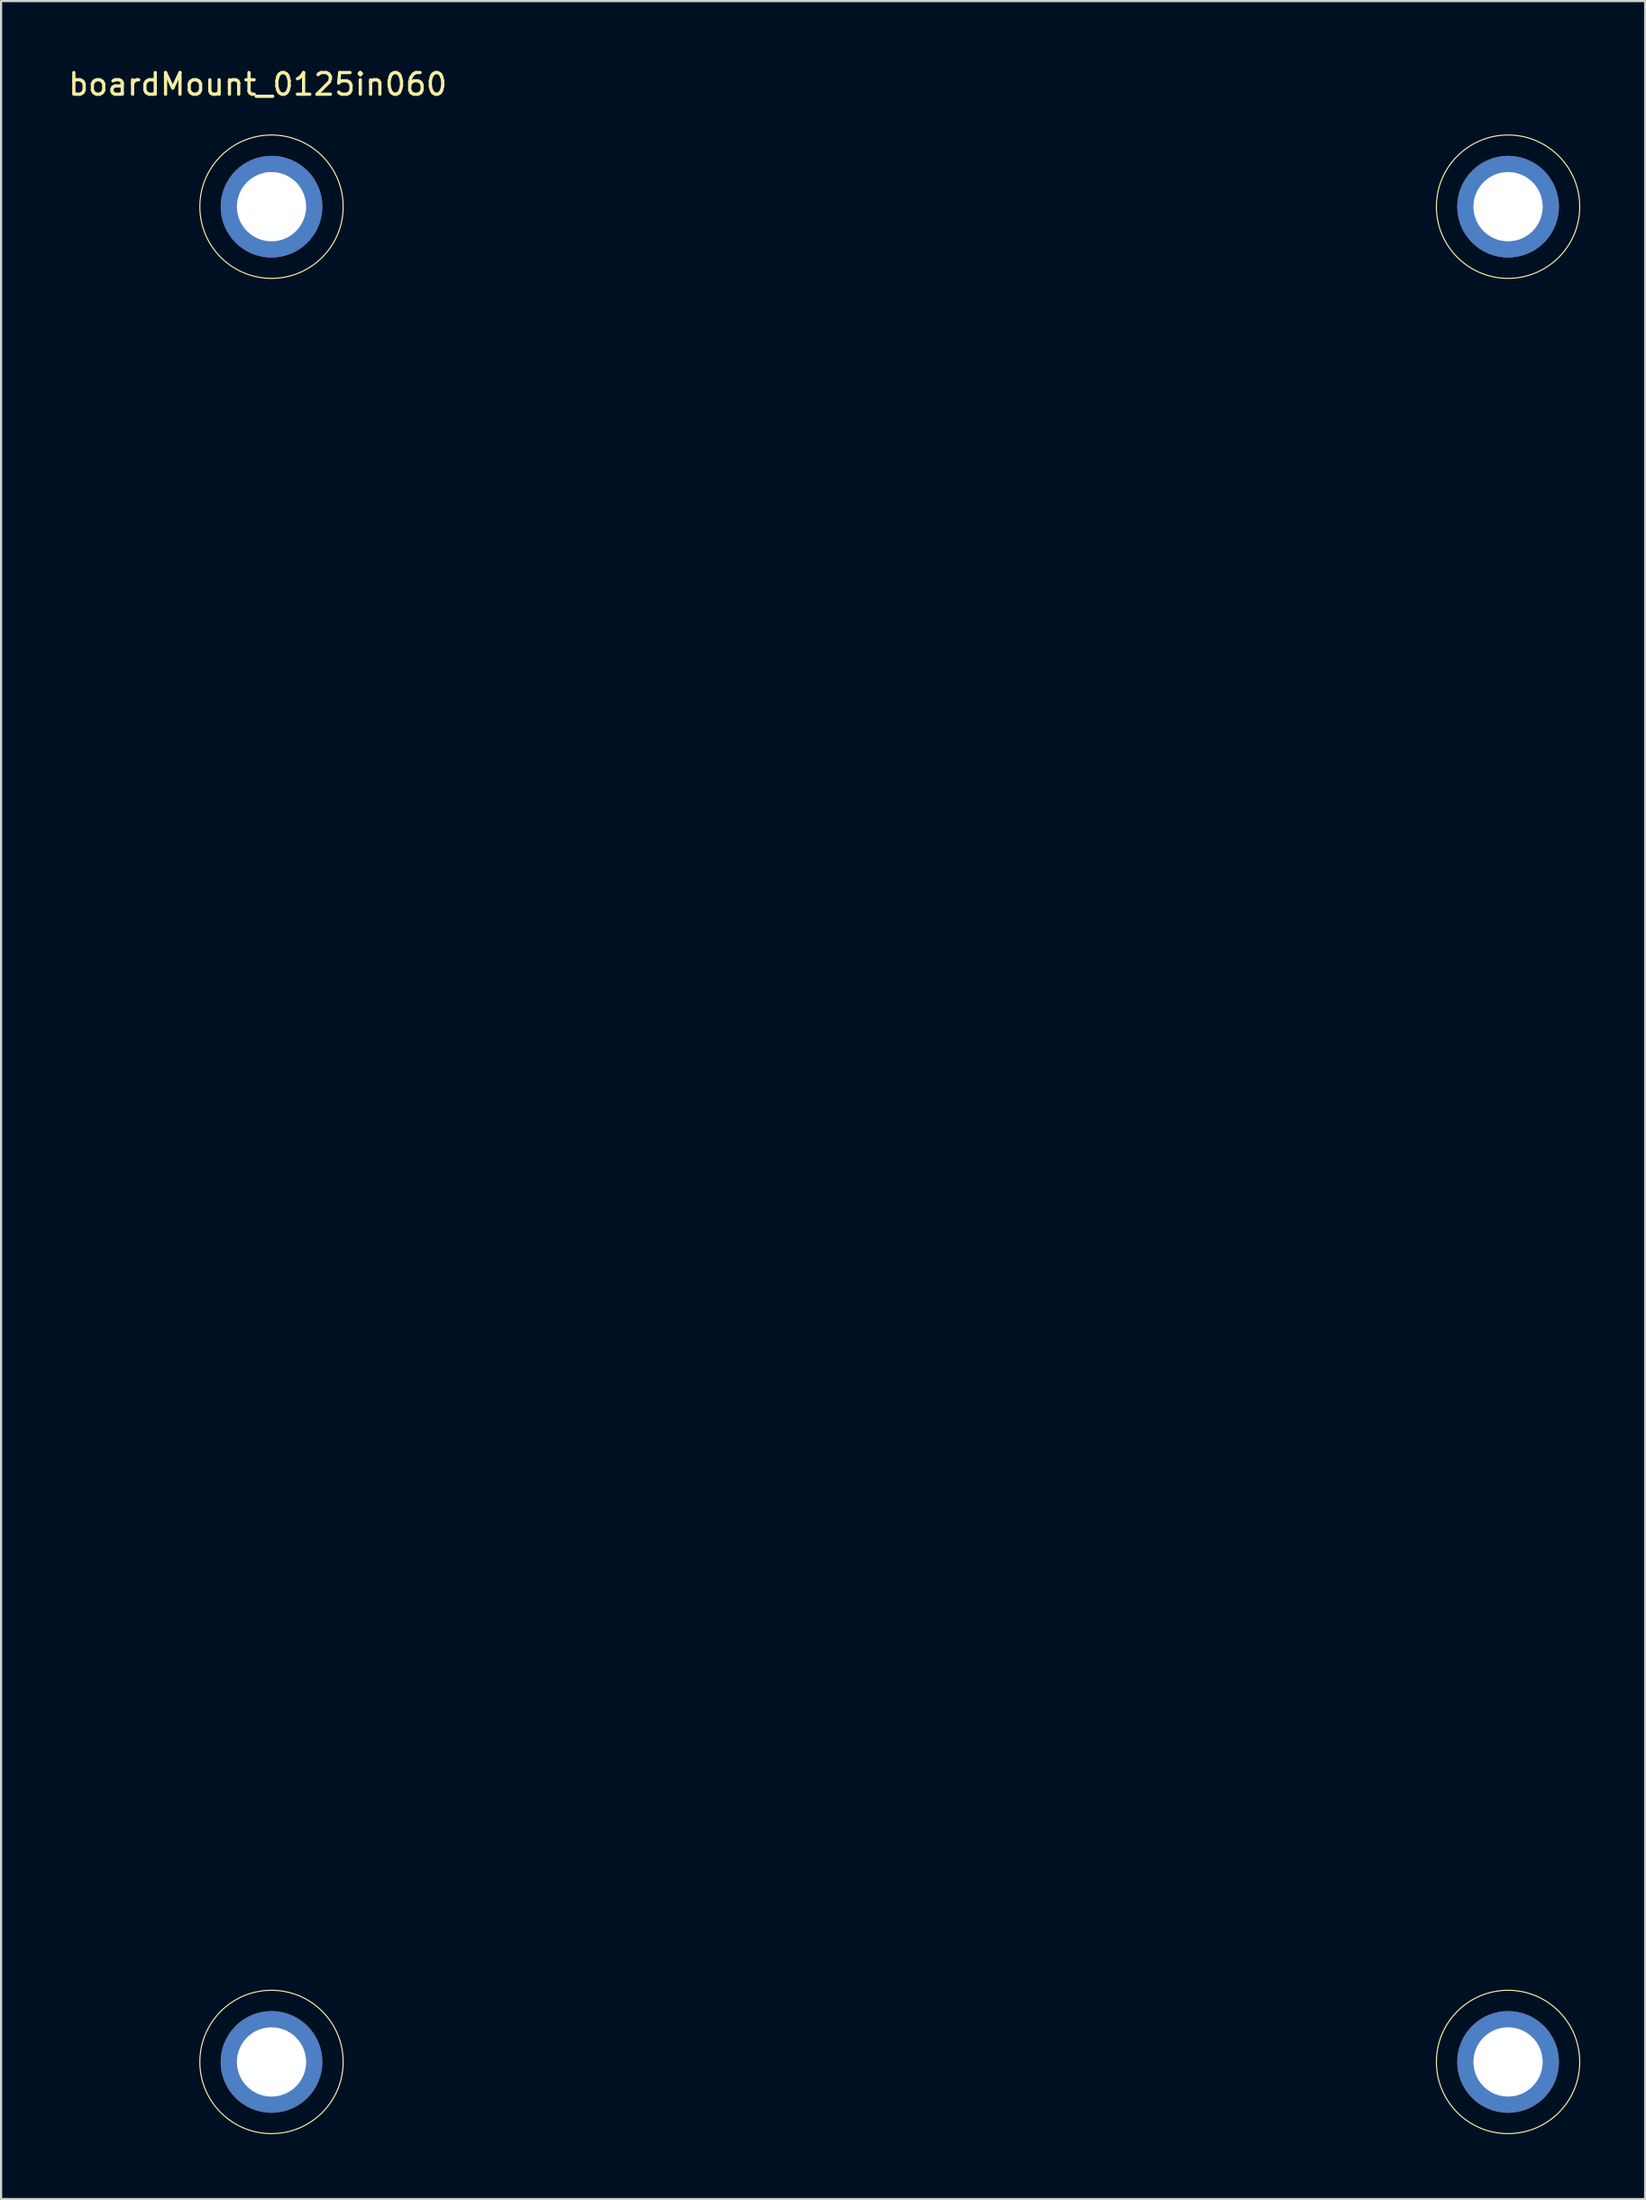
<source format=kicad_pcb>
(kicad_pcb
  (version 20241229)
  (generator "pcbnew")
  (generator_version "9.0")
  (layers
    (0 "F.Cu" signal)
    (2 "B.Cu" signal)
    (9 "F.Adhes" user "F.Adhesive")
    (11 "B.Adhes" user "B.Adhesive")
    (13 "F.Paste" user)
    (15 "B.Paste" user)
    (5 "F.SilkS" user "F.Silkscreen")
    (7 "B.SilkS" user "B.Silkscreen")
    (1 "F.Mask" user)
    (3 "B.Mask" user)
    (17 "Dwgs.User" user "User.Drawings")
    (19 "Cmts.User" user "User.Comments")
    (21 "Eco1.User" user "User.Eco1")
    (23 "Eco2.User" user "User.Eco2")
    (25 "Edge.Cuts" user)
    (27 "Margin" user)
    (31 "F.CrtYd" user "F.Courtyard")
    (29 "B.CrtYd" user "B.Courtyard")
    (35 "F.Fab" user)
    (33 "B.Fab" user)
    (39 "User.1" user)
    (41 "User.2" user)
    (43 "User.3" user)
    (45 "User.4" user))
  (footprint "boardMount_0125in060"
    (layer "F.Cu")
    (at 38.073 49.362)
    (property "Reference" "boardMount_0125in060" (at -29.21 -48.514 0) (layer "F.SilkS") (effects (font (size 1 1) (thickness 0.15))))
    (attr through_hole)
    (fp_circle (center -28.575 -42.862) (end -25.273 -42.608) (stroke (width 0.05) (type solid)) (fill no) (layer "F.SilkS"))
    (fp_circle (center -28.575 42.862) (end -25.273 43.117) (stroke (width 0.05) (type solid)) (fill no) (layer "F.SilkS"))
    (fp_circle (center 28.575 -42.862) (end 31.877 -42.608) (stroke (width 0.05) (type solid)) (fill no) (layer "F.SilkS"))
    (fp_circle (center 28.575 42.862) (end 31.877 43.117) (stroke (width 0.05) (type solid)) (fill no) (layer "F.SilkS"))
    (pad "1" thru_hole circle (at -28.575 -42.862) (size 4.699 4.699) (drill 3.2) (layers "*.Cu" "*.Mask"))
    (pad "1" thru_hole circle (at -28.575 42.862) (size 4.699 4.699) (drill 3.2) (layers "*.Cu" "*.Mask"))
    (pad "1" thru_hole circle (at 28.575 -42.862) (size 4.699 4.699) (drill 3.2) (layers "*.Cu" "*.Mask"))
    (pad "1" thru_hole circle (at 28.575 42.862) (size 4.699 4.699) (drill 3.2) (layers "*.Cu" "*.Mask")))
  (gr_rect
    (start -3 -3)
    (end 72.985 98.562)
    (stroke (width 0.1) (type default))
    (fill no)
    (layer "Edge.Cuts")))
</source>
